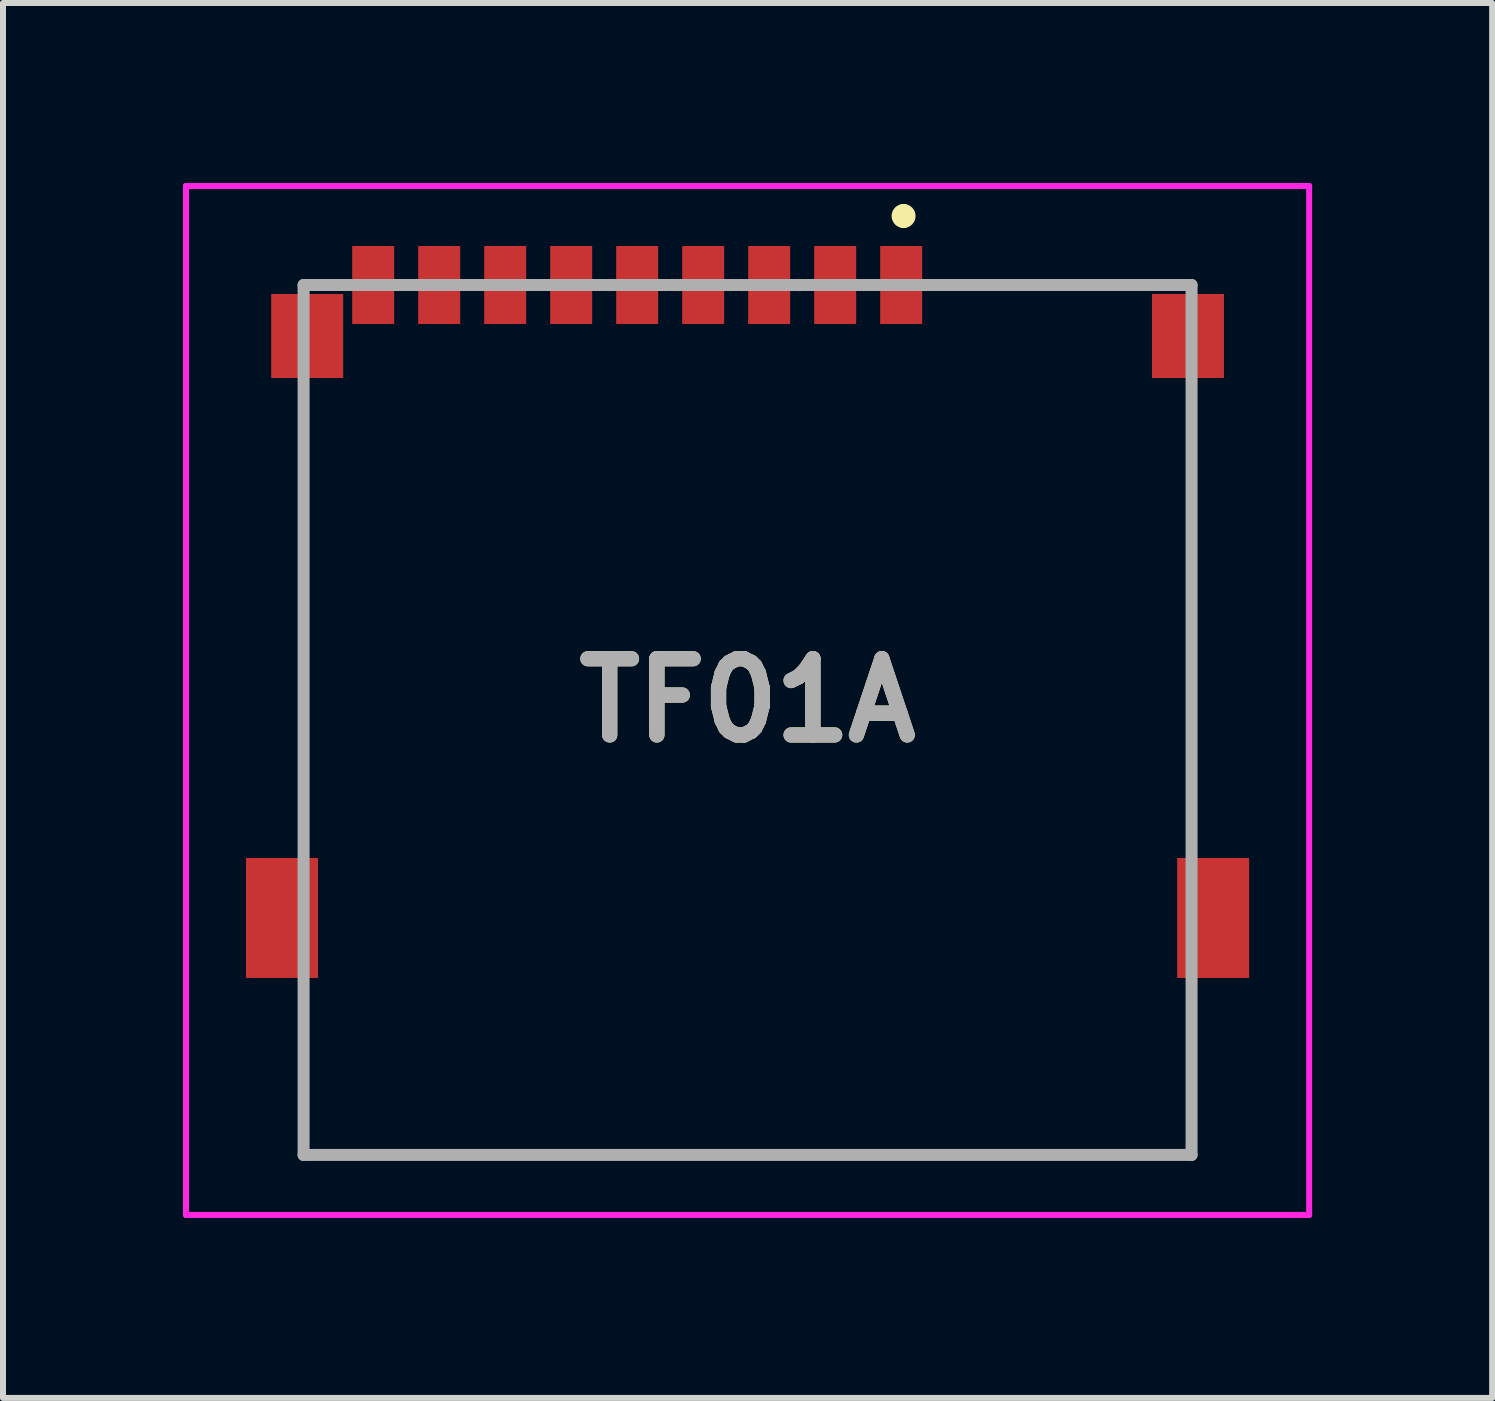
<source format=kicad_pcb>
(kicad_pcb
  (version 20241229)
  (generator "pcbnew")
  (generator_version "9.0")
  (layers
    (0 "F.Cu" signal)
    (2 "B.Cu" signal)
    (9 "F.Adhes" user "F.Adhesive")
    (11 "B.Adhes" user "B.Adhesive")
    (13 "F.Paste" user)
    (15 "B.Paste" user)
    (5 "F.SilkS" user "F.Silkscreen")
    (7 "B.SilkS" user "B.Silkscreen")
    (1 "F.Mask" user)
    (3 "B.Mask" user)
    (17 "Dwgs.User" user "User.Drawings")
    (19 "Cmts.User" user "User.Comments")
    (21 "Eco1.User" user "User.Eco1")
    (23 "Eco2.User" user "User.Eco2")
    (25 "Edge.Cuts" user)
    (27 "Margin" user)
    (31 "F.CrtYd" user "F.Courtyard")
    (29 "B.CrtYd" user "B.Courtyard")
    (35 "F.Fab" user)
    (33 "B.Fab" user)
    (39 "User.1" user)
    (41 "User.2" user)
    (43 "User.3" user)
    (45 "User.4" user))
  (footprint "TF01A"
    (layer "F.Cu")
    (at 9.41 8.95)
    (property "Reference" "TF01A" (at 0 -0.325 0) (layer "F.SilkS") (effects (font (size 1.27 1.27) (thickness 0.254))))
    (attr through_hole)
    (fp_line (start -7.4 -5) (end -7.4 1.5) (stroke (width 0.1) (type solid)) (layer "F.SilkS"))
    (fp_line (start -7.4 5) (end -7.4 7.25) (stroke (width 0.1) (type solid)) (layer "F.SilkS"))
    (fp_line (start -7.4 7.25) (end 7.4 7.25) (stroke (width 0.1) (type solid)) (layer "F.SilkS"))
    (fp_line (start 2.6 -8.5) (end 2.6 -8.5) (stroke (width 0.2) (type solid)) (layer "F.SilkS"))
    (fp_line (start 2.6 -8.3) (end 2.6 -8.3) (stroke (width 0.2) (type solid)) (layer "F.SilkS"))
    (fp_line (start 3.5 -7.25) (end 6.5 -7.25) (stroke (width 0.1) (type solid)) (layer "F.SilkS"))
    (fp_line (start 7.4 1.5) (end 7.4 -5) (stroke (width 0.1) (type solid)) (layer "F.SilkS"))
    (fp_line (start 7.4 7.25) (end 7.4 5.5) (stroke (width 0.1) (type solid)) (layer "F.SilkS"))
    (fp_arc (start 2.6 -8.5) (mid 2.7 -8.4) (end 2.6 -8.3) (stroke (width 0.2) (type solid)) (layer "F.SilkS"))
    (fp_arc (start 2.6 -8.3) (mid 2.5 -8.4) (end 2.6 -8.5) (stroke (width 0.2) (type solid)) (layer "F.SilkS"))
    (fp_line (start -9.36 -8.9) (end 9.36 -8.9) (stroke (width 0.1) (type solid)) (layer "F.CrtYd"))
    (fp_line (start -9.36 8.25) (end -9.36 -8.9) (stroke (width 0.1) (type solid)) (layer "F.CrtYd"))
    (fp_line (start 9.36 -8.9) (end 9.36 8.25) (stroke (width 0.1) (type solid)) (layer "F.CrtYd"))
    (fp_line (start 9.36 8.25) (end -9.36 8.25) (stroke (width 0.1) (type solid)) (layer "F.CrtYd"))
    (fp_line (start -7.4 -7.25) (end 7.4 -7.25) (stroke (width 0.2) (type solid)) (layer "F.Fab"))
    (fp_line (start -7.4 7.25) (end -7.4 -7.25) (stroke (width 0.2) (type solid)) (layer "F.Fab"))
    (fp_line (start 7.4 -7.25) (end 7.4 7.25) (stroke (width 0.2) (type solid)) (layer "F.Fab"))
    (fp_line (start 7.4 7.25) (end -7.4 7.25) (stroke (width 0.2) (type solid)) (layer "F.Fab"))
    (fp_text user "${REFERENCE}" (at 0 -0.325 0) (layer "F.Fab") (effects (font (size 1.27 1.27) (thickness 0.254))))
    (pad "" np_thru_hole circle (at -4.95 3.3) (size 0.001 0.001) (drill 1) (layers "*.Cu" "*.Mask"))
    (pad "" np_thru_hole circle (at 3.05 3.3) (size 0.001 0.001) (drill 1) (layers "*.Cu" "*.Mask"))
    (pad "1" smd rect (at 2.56 -7.25) (size 0.7 1.3) (layers "F.Cu" "F.Mask" "F.Paste"))
    (pad "2" smd rect (at 1.46 -7.25) (size 0.7 1.3) (layers "F.Cu" "F.Mask" "F.Paste"))
    (pad "3" smd rect (at 0.36 -7.25) (size 0.7 1.3) (layers "F.Cu" "F.Mask" "F.Paste"))
    (pad "4" smd rect (at -0.74 -7.25) (size 0.7 1.3) (layers "F.Cu" "F.Mask" "F.Paste"))
    (pad "5" smd rect (at -1.84 -7.25) (size 0.7 1.3) (layers "F.Cu" "F.Mask" "F.Paste"))
    (pad "6" smd rect (at -2.94 -7.25) (size 0.7 1.3) (layers "F.Cu" "F.Mask" "F.Paste"))
    (pad "7" smd rect (at -4.04 -7.25) (size 0.7 1.3) (layers "F.Cu" "F.Mask" "F.Paste"))
    (pad "8" smd rect (at -5.14 -7.25) (size 0.7 1.3) (layers "F.Cu" "F.Mask" "F.Paste"))
    (pad "CD1" smd rect (at -6.24 -7.25) (size 0.7 1.3) (layers "F.Cu" "F.Mask" "F.Paste"))
    (pad "MP1" smd rect (at -7.34 -6.4) (size 1.2 1.4) (layers "F.Cu" "F.Mask" "F.Paste"))
    (pad "MP2" smd rect (at -7.76 3.3) (size 1.2 2) (layers "F.Cu" "F.Mask" "F.Paste"))
    (pad "MP3" smd rect (at 7.76 3.3) (size 1.2 2) (layers "F.Cu" "F.Mask" "F.Paste"))
    (pad "MP4" smd rect (at 7.34 -6.4) (size 1.2 1.4) (layers "F.Cu" "F.Mask" "F.Paste")))
  (gr_rect
    (start -3 -3)
    (end 21.82 20.25)
    (stroke (width 0.1) (type default))
    (fill no)
    (layer "Edge.Cuts")))
</source>
